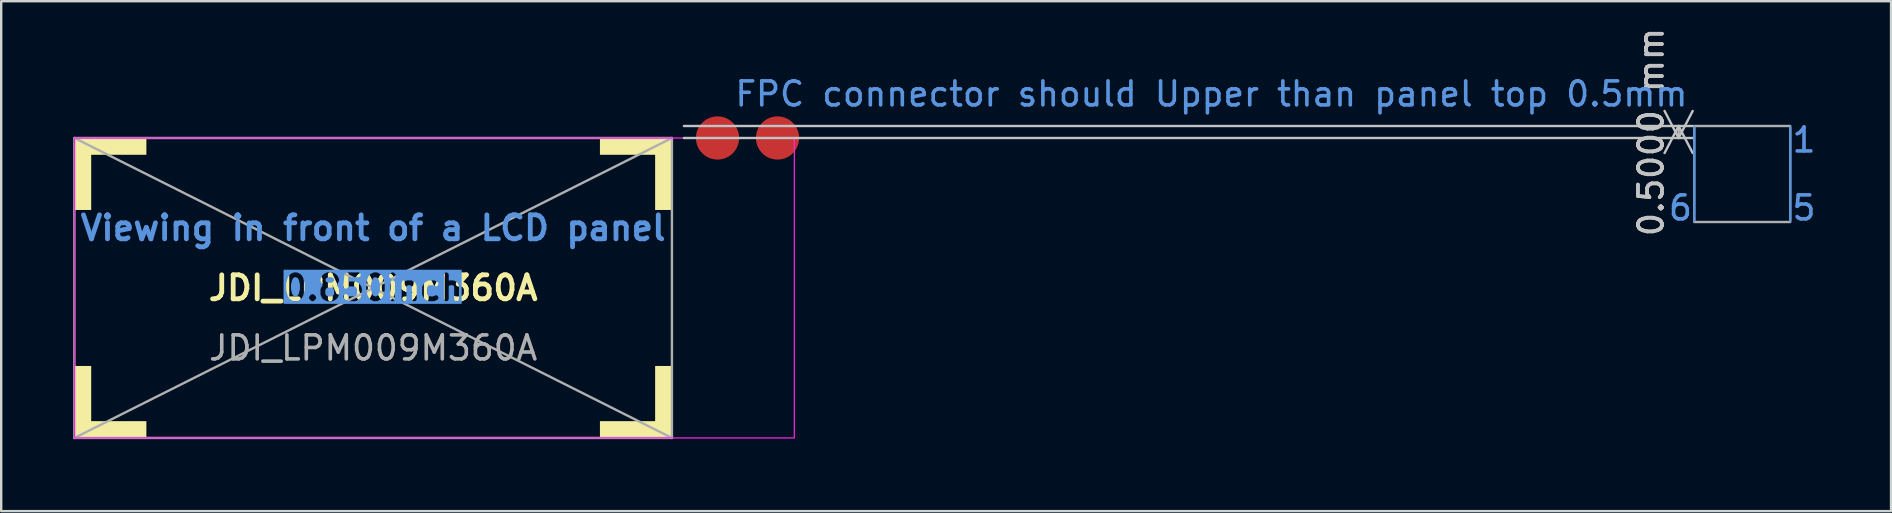
<source format=kicad_pcb>
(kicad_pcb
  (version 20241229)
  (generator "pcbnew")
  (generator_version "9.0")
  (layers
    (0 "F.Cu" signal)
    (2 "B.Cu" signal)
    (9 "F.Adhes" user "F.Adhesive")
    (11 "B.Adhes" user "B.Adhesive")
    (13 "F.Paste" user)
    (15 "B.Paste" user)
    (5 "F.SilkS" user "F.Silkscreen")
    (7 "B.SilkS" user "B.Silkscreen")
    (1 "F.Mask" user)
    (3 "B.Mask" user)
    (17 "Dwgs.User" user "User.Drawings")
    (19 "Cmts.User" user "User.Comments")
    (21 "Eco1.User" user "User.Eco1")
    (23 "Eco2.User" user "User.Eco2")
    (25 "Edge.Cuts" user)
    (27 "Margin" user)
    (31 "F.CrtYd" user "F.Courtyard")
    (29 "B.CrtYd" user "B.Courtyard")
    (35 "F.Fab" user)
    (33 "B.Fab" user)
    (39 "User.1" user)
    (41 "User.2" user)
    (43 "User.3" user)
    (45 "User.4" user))
  (footprint "JDI_LPM009M360A"
    (layer "F.Cu")
    (at 12.5 8.95)
    (property "Reference" "JDI_LPM009M360A" (at 0 0 0) (unlocked yes) (layer "F.SilkS") (effects (font (size 1 1) (thickness 0.2) (bold yes))))
    (attr smd)
    (fp_rect (start -12.45 3.25) (end -11.75 6.25) (stroke (width 0) (type solid)) (fill yes) (layer "F.SilkS"))
    (fp_rect (start -12.45 5.55) (end -9.45 6.25) (stroke (width 0) (type solid)) (fill yes) (layer "F.SilkS"))
    (fp_rect (start -11.75 -6.25) (end -12.45 -3.25) (stroke (width 0) (type solid)) (fill yes) (layer "F.SilkS"))
    (fp_rect (start -9.45 -6.25) (end -12.45 -5.55) (stroke (width 0) (type solid)) (fill yes) (layer "F.SilkS"))
    (fp_rect (start 9.45 6.25) (end 12.45 5.55) (stroke (width 0) (type solid)) (fill yes) (layer "F.SilkS"))
    (fp_rect (start 11.75 6.25) (end 12.45 3.25) (stroke (width 0) (type solid)) (fill yes) (layer "F.SilkS"))
    (fp_rect (start 12.45 -5.55) (end 9.45 -6.25) (stroke (width 0) (type solid)) (fill yes) (layer "F.SilkS"))
    (fp_rect (start 12.45 -3.25) (end 11.75 -6.25) (stroke (width 0) (type solid)) (fill yes) (layer "F.SilkS"))
    (fp_line (start 55.05 -2.8) (end 55.05 -6.7) (stroke (width 0.1) (type default)) (layer "Cmts.User"))
    (fp_line (start 59.05 -6.7) (end 59.05 -2.8) (stroke (width 0.1) (type default)) (layer "Cmts.User"))
    (fp_rect (start -12.45 -6.25) (end 17.55 6.25) (stroke (width 0.05) (type default)) (fill no) (layer "F.CrtYd"))
    (fp_line (start -12.45 -6.25) (end 12.45 6.25) (stroke (width 0.1) (type default)) (layer "F.Fab"))
    (fp_line (start 12.45 -6.25) (end -12.45 6.25) (stroke (width 0.1) (type default)) (layer "F.Fab"))
    (fp_rect (start -12.45 -6.25) (end 12.45 6.25) (stroke (width 0.1) (type default)) (fill no) (layer "F.Fab"))
    (fp_rect (start 55.05 -6.75) (end 59.05 -2.75) (stroke (width 0.1) (type solid)) (fill no) (layer "F.Fab"))
    (fp_text user "1" (at 59.05 -6.75 0) (unlocked yes) (layer "Cmts.User") (effects (font (size 1 1) (thickness 0.15)) (justify left top)))
    (fp_text user "5" (at 59.05 -2.75 0) (unlocked yes) (layer "Cmts.User") (effects (font (size 1 1) (thickness 0.15)) (justify left bottom)))
    (fp_text user "FPC connector should Upper than panel top 0.5mm" (at 15 -7.5 0) (unlocked yes) (layer "Cmts.User") (effects (font (size 1 1) (thickness 0.15)) (justify left bottom)))
    (fp_text user "6" (at 55.05 -2.75 0) (unlocked yes) (layer "Cmts.User") (effects (font (size 1 1) (thickness 0.15)) (justify right bottom)))
    (fp_text user "Viewing in front of a LCD panel" (at 0 -2.5 0) (unlocked yes) (layer "Cmts.User") (effects (font (size 1 1) (thickness 0.2) (bold yes))))
    (fp_text user "0.850inch" (at 0 0 0) (unlocked yes) (layer "Cmts.User" knockout) (effects (font (size 1 1) (thickness 0.2) (bold yes))))
    (fp_text user "${REFERENCE}" (at 0 2.5 0) (unlocked yes) (layer "F.Fab") (effects (font (size 1 1) (thickness 0.15))))
    (dimension (type aligned) (layer "Dwgs.User") (pts (xy 24.95 2.7) (xy 24.95 2.2)) (height 41.95) (format (prefix "") (suffix "") (units 3) (units_format 1) (precision 4)) (style (thickness 0.1) (arrow_length 1.27) (text_position_mode 0) (arrow_direction outward) (extension_height 0.586) (extension_offset 0.5) (keep_text_aligned yes)) (gr_text "0.5000 mm" (at 65.75 2.45 90) (layer "Dwgs.User") (effects (font (size 1 1) (thickness 0.15)))))
    (pad "MP" smd circle (at 14.35 -6.25) (size 1.8 1.8) (layers "F.Cu" "F.Mask" "F.Paste"))
    (pad "MP" smd circle (at 16.85 -6.25) (size 1.8 1.8) (layers "F.Cu" "F.Mask" "F.Paste")))
  (gr_rect
    (start -3 -3)
    (end 75.752 18.25)
    (stroke (width 0.1) (type default))
    (fill no)
    (layer "Edge.Cuts")))
</source>
